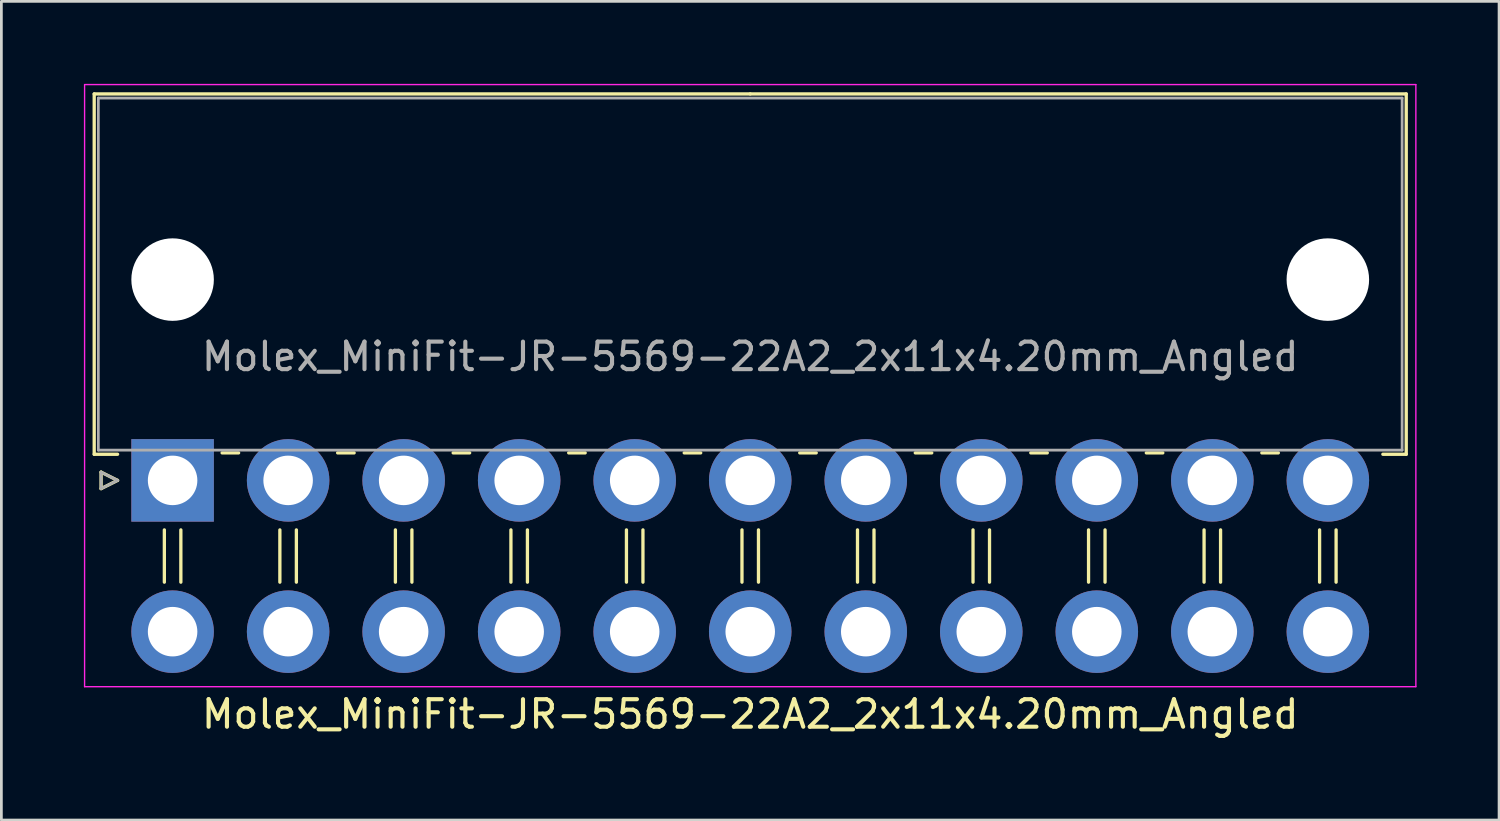
<source format=kicad_pcb>
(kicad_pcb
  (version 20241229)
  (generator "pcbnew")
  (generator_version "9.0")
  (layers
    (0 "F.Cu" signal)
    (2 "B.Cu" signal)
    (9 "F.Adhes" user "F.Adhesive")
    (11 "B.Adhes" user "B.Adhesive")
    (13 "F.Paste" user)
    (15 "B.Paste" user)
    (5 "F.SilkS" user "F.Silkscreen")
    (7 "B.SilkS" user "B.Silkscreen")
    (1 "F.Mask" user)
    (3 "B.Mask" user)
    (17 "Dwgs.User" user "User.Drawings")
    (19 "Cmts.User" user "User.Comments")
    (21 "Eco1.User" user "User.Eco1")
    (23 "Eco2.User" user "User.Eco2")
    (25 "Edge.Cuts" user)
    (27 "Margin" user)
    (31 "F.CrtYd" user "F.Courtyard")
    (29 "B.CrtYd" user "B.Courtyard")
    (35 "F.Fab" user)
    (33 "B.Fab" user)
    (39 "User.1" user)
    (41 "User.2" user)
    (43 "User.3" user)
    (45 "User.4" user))
  (footprint "Molex_MiniFit-JR-5569-22A2_2x11x4.20mm_Angled"
    (layer "F.Cu")
    (at 3.225 14.415)
    (property "Reference" "Molex_MiniFit-JR-5569-22A2_2x11x4.20mm_Angled" (at 21 8.5 0) (layer "F.SilkS") (effects (font (size 1 1) (thickness 0.15))))
    (attr through_hole)
    (fp_line (start -2.85 -14.05) (end 21 -14.05) (stroke (width 0.12) (type solid)) (layer "F.SilkS"))
    (fp_line (start -2.85 -0.95) (end -2.85 -14.05) (stroke (width 0.12) (type solid)) (layer "F.SilkS"))
    (fp_line (start -2.6 -0.3) (end -2 0) (stroke (width 0.12) (type solid)) (layer "F.SilkS"))
    (fp_line (start -2.6 0.3) (end -2.6 -0.3) (stroke (width 0.12) (type solid)) (layer "F.SilkS"))
    (fp_line (start -2 -0.95) (end -2.85 -0.95) (stroke (width 0.12) (type solid)) (layer "F.SilkS"))
    (fp_line (start -2 0) (end -2.6 0.3) (stroke (width 0.12) (type solid)) (layer "F.SilkS"))
    (fp_line (start -0.3 1.8) (end -0.3 3.7) (stroke (width 0.12) (type solid)) (layer "F.SilkS"))
    (fp_line (start 0.3 1.8) (end 0.3 3.7) (stroke (width 0.12) (type solid)) (layer "F.SilkS"))
    (fp_line (start 1.8 -1) (end 2.4 -1) (stroke (width 0.12) (type solid)) (layer "F.SilkS"))
    (fp_line (start 3.9 1.8) (end 3.9 3.7) (stroke (width 0.12) (type solid)) (layer "F.SilkS"))
    (fp_line (start 4.5 1.8) (end 4.5 3.7) (stroke (width 0.12) (type solid)) (layer "F.SilkS"))
    (fp_line (start 6 -1) (end 6.6 -1) (stroke (width 0.12) (type solid)) (layer "F.SilkS"))
    (fp_line (start 8.1 1.8) (end 8.1 3.7) (stroke (width 0.12) (type solid)) (layer "F.SilkS"))
    (fp_line (start 8.7 1.8) (end 8.7 3.7) (stroke (width 0.12) (type solid)) (layer "F.SilkS"))
    (fp_line (start 10.2 -1) (end 10.8 -1) (stroke (width 0.12) (type solid)) (layer "F.SilkS"))
    (fp_line (start 12.3 1.8) (end 12.3 3.7) (stroke (width 0.12) (type solid)) (layer "F.SilkS"))
    (fp_line (start 12.9 1.8) (end 12.9 3.7) (stroke (width 0.12) (type solid)) (layer "F.SilkS"))
    (fp_line (start 14.4 -1) (end 15 -1) (stroke (width 0.12) (type solid)) (layer "F.SilkS"))
    (fp_line (start 16.5 1.8) (end 16.5 3.7) (stroke (width 0.12) (type solid)) (layer "F.SilkS"))
    (fp_line (start 17.1 1.8) (end 17.1 3.7) (stroke (width 0.12) (type solid)) (layer "F.SilkS"))
    (fp_line (start 18.6 -1) (end 19.2 -1) (stroke (width 0.12) (type solid)) (layer "F.SilkS"))
    (fp_line (start 20.7 1.8) (end 20.7 3.7) (stroke (width 0.12) (type solid)) (layer "F.SilkS"))
    (fp_line (start 21.3 1.8) (end 21.3 3.7) (stroke (width 0.12) (type solid)) (layer "F.SilkS"))
    (fp_line (start 22.8 -1) (end 23.4 -1) (stroke (width 0.12) (type solid)) (layer "F.SilkS"))
    (fp_line (start 24.9 1.8) (end 24.9 3.7) (stroke (width 0.12) (type solid)) (layer "F.SilkS"))
    (fp_line (start 25.5 1.8) (end 25.5 3.7) (stroke (width 0.12) (type solid)) (layer "F.SilkS"))
    (fp_line (start 27 -1) (end 27.6 -1) (stroke (width 0.12) (type solid)) (layer "F.SilkS"))
    (fp_line (start 29.1 1.8) (end 29.1 3.7) (stroke (width 0.12) (type solid)) (layer "F.SilkS"))
    (fp_line (start 29.7 1.8) (end 29.7 3.7) (stroke (width 0.12) (type solid)) (layer "F.SilkS"))
    (fp_line (start 31.2 -1) (end 31.8 -1) (stroke (width 0.12) (type solid)) (layer "F.SilkS"))
    (fp_line (start 33.3 1.8) (end 33.3 3.7) (stroke (width 0.12) (type solid)) (layer "F.SilkS"))
    (fp_line (start 33.9 1.8) (end 33.9 3.7) (stroke (width 0.12) (type solid)) (layer "F.SilkS"))
    (fp_line (start 35.4 -1) (end 36 -1) (stroke (width 0.12) (type solid)) (layer "F.SilkS"))
    (fp_line (start 37.5 1.8) (end 37.5 3.7) (stroke (width 0.12) (type solid)) (layer "F.SilkS"))
    (fp_line (start 38.1 1.8) (end 38.1 3.7) (stroke (width 0.12) (type solid)) (layer "F.SilkS"))
    (fp_line (start 39.6 -1) (end 40.2 -1) (stroke (width 0.12) (type solid)) (layer "F.SilkS"))
    (fp_line (start 41.7 1.8) (end 41.7 3.7) (stroke (width 0.12) (type solid)) (layer "F.SilkS"))
    (fp_line (start 42.3 1.8) (end 42.3 3.7) (stroke (width 0.12) (type solid)) (layer "F.SilkS"))
    (fp_line (start 44 -0.95) (end 44.85 -0.95) (stroke (width 0.12) (type solid)) (layer "F.SilkS"))
    (fp_line (start 44.85 -14.05) (end 21 -14.05) (stroke (width 0.12) (type solid)) (layer "F.SilkS"))
    (fp_line (start 44.85 -0.95) (end 44.85 -14.05) (stroke (width 0.12) (type solid)) (layer "F.SilkS"))
    (fp_line (start -3.2 -14.39) (end -3.2 7.5) (stroke (width 0.05) (type solid)) (layer "F.CrtYd"))
    (fp_line (start -3.2 7.5) (end 45.2 7.5) (stroke (width 0.05) (type solid)) (layer "F.CrtYd"))
    (fp_line (start 45.2 -14.39) (end -3.2 -14.39) (stroke (width 0.05) (type solid)) (layer "F.CrtYd"))
    (fp_line (start 45.2 7.5) (end 45.2 -14.39) (stroke (width 0.05) (type solid)) (layer "F.CrtYd"))
    (fp_line (start -2.7 -13.9) (end -2.7 -1.1) (stroke (width 0.1) (type solid)) (layer "F.Fab"))
    (fp_line (start -2.7 -1.1) (end 44.7 -1.1) (stroke (width 0.1) (type solid)) (layer "F.Fab"))
    (fp_line (start -2.6 -0.3) (end -2 0) (stroke (width 0.1) (type solid)) (layer "F.Fab"))
    (fp_line (start -2.6 0.3) (end -2.6 -0.3) (stroke (width 0.1) (type solid)) (layer "F.Fab"))
    (fp_line (start -2 0) (end -2.6 0.3) (stroke (width 0.1) (type solid)) (layer "F.Fab"))
    (fp_line (start 44.7 -13.9) (end -2.7 -13.9) (stroke (width 0.1) (type solid)) (layer "F.Fab"))
    (fp_line (start 44.7 -1.1) (end 44.7 -13.9) (stroke (width 0.1) (type solid)) (layer "F.Fab"))
    (fp_text user "${REFERENCE}" (at 21 -4.5 0) (layer "F.Fab") (effects (font (size 1 1) (thickness 0.15))))
    (pad "" np_thru_hole circle (at 0 -7.3) (size 3 3) (drill 3) (layers "*.Cu" "*.Mask"))
    (pad "" np_thru_hole circle (at 42 -7.3) (size 3 3) (drill 3) (layers "*.Cu" "*.Mask"))
    (pad "1" thru_hole rect (at 0 0) (size 3 3) (drill 1.8) (layers "*.Cu" "*.Mask"))
    (pad "2" thru_hole circle (at 4.2 0) (size 3 3) (drill 1.8) (layers "*.Cu" "*.Mask"))
    (pad "3" thru_hole circle (at 8.4 0) (size 3 3) (drill 1.8) (layers "*.Cu" "*.Mask"))
    (pad "4" thru_hole circle (at 12.6 0) (size 3 3) (drill 1.8) (layers "*.Cu" "*.Mask"))
    (pad "5" thru_hole circle (at 16.8 0) (size 3 3) (drill 1.8) (layers "*.Cu" "*.Mask"))
    (pad "6" thru_hole circle (at 21 0) (size 3 3) (drill 1.8) (layers "*.Cu" "*.Mask"))
    (pad "7" thru_hole circle (at 25.2 0) (size 3 3) (drill 1.8) (layers "*.Cu" "*.Mask"))
    (pad "8" thru_hole circle (at 29.4 0) (size 3 3) (drill 1.8) (layers "*.Cu" "*.Mask"))
    (pad "9" thru_hole circle (at 33.6 0) (size 3 3) (drill 1.8) (layers "*.Cu" "*.Mask"))
    (pad "10" thru_hole circle (at 37.8 0) (size 3 3) (drill 1.8) (layers "*.Cu" "*.Mask"))
    (pad "11" thru_hole circle (at 42 0) (size 3 3) (drill 1.8) (layers "*.Cu" "*.Mask"))
    (pad "12" thru_hole circle (at 0 5.5) (size 3 3) (drill 1.8) (layers "*.Cu" "*.Mask"))
    (pad "13" thru_hole circle (at 4.2 5.5) (size 3 3) (drill 1.8) (layers "*.Cu" "*.Mask"))
    (pad "14" thru_hole circle (at 8.4 5.5) (size 3 3) (drill 1.8) (layers "*.Cu" "*.Mask"))
    (pad "15" thru_hole circle (at 12.6 5.5) (size 3 3) (drill 1.8) (layers "*.Cu" "*.Mask"))
    (pad "16" thru_hole circle (at 16.8 5.5) (size 3 3) (drill 1.8) (layers "*.Cu" "*.Mask"))
    (pad "17" thru_hole circle (at 21 5.5) (size 3 3) (drill 1.8) (layers "*.Cu" "*.Mask"))
    (pad "18" thru_hole circle (at 25.2 5.5) (size 3 3) (drill 1.8) (layers "*.Cu" "*.Mask"))
    (pad "19" thru_hole circle (at 29.4 5.5) (size 3 3) (drill 1.8) (layers "*.Cu" "*.Mask"))
    (pad "20" thru_hole circle (at 33.6 5.5) (size 3 3) (drill 1.8) (layers "*.Cu" "*.Mask"))
    (pad "21" thru_hole circle (at 37.8 5.5) (size 3 3) (drill 1.8) (layers "*.Cu" "*.Mask"))
    (pad "22" thru_hole circle (at 42 5.5) (size 3 3) (drill 1.8) (layers "*.Cu" "*.Mask")))
  (gr_rect
    (start -3 -3)
    (end 51.45 26.763)
    (stroke (width 0.1) (type default))
    (fill no)
    (layer "Edge.Cuts")))
</source>
